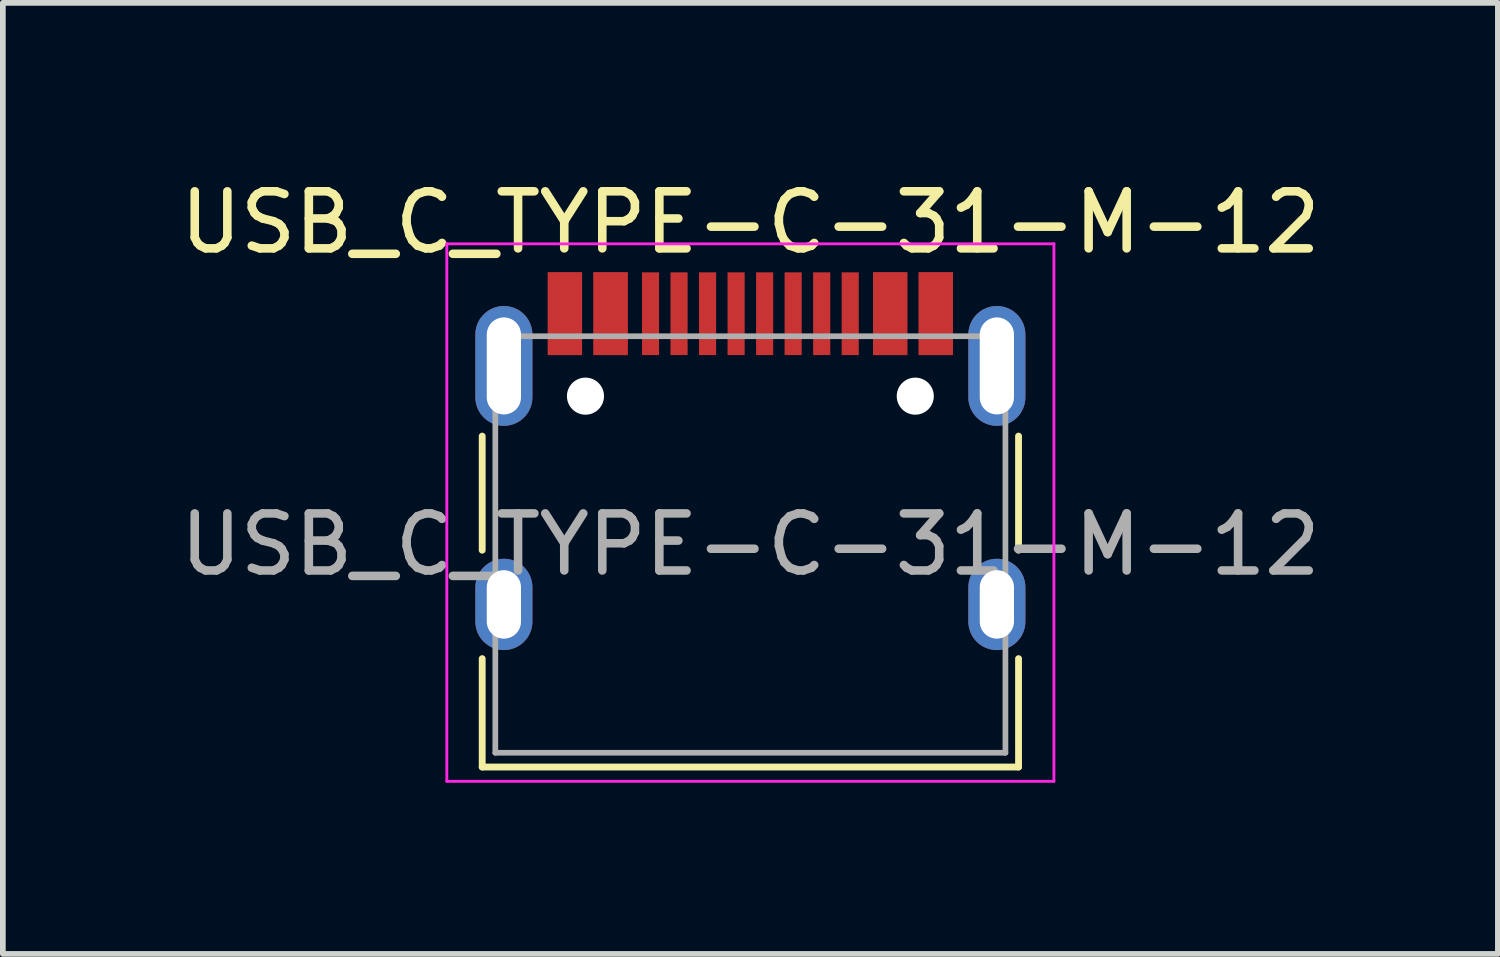
<source format=kicad_pcb>
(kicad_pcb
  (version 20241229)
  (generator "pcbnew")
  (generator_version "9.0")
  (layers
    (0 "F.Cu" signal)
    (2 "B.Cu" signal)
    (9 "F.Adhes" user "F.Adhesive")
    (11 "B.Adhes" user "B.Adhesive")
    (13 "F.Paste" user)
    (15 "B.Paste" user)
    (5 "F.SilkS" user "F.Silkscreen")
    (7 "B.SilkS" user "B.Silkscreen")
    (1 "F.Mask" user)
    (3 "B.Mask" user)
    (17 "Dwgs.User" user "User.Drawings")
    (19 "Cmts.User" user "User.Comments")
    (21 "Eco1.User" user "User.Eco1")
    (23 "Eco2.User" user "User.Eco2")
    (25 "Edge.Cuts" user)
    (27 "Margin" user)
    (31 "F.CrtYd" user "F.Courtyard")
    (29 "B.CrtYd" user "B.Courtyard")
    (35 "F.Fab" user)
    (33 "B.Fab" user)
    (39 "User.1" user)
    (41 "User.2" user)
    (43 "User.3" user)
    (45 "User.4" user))
  (footprint "USB_C_TYPE-C-31-M-12"
    (layer "F.Cu")
    (at 10.101 6.493)
    (property "Reference" "USB_C_TYPE-C-31-M-12" (at 0 -5.645 0) (layer "F.SilkS") (effects (font (size 1 1) (thickness 0.15))))
    (attr smd)
    (fp_line (start -4.7 -1.9) (end -4.7 0.1) (stroke (width 0.12) (type solid)) (layer "F.SilkS"))
    (fp_line (start -4.7 2) (end -4.7 3.9) (stroke (width 0.12) (type solid)) (layer "F.SilkS"))
    (fp_line (start -4.7 3.9) (end 4.7 3.9) (stroke (width 0.12) (type solid)) (layer "F.SilkS"))
    (fp_line (start 4.7 -1.9) (end 4.7 0.1) (stroke (width 0.12) (type solid)) (layer "F.SilkS"))
    (fp_line (start 4.7 2) (end 4.7 3.9) (stroke (width 0.12) (type solid)) (layer "F.SilkS"))
    (fp_line (start -5.32 -5.27) (end -5.32 4.15) (stroke (width 0.05) (type solid)) (layer "F.CrtYd"))
    (fp_line (start -5.32 -5.27) (end 5.32 -5.27) (stroke (width 0.05) (type solid)) (layer "F.CrtYd"))
    (fp_line (start -5.32 4.15) (end 5.32 4.15) (stroke (width 0.05) (type solid)) (layer "F.CrtYd"))
    (fp_line (start 5.32 -5.27) (end 5.32 4.15) (stroke (width 0.05) (type solid)) (layer "F.CrtYd"))
    (fp_line (start -4.47 -3.65) (end -4.47 3.65) (stroke (width 0.1) (type solid)) (layer "F.Fab"))
    (fp_line (start -4.47 -3.65) (end 4.47 -3.65) (stroke (width 0.1) (type solid)) (layer "F.Fab"))
    (fp_line (start -4.47 3.65) (end 4.47 3.65) (stroke (width 0.1) (type solid)) (layer "F.Fab"))
    (fp_line (start 4.47 -3.65) (end 4.47 3.65) (stroke (width 0.1) (type solid)) (layer "F.Fab"))
    (fp_text user "${REFERENCE}" (at 0 0 0) (layer "F.Fab") (effects (font (size 1 1) (thickness 0.15))))
    (pad "" np_thru_hole circle (at -2.89 -2.6) (size 0.65 0.65) (drill 0.65) (layers "*.Cu" "*.Mask"))
    (pad "" np_thru_hole circle (at 2.89 -2.6) (size 0.65 0.65) (drill 0.65) (layers "*.Cu" "*.Mask"))
    (pad "A1" smd rect (at -3.25 -4.045) (size 0.6 1.45) (layers "F.Cu" "F.Mask" "F.Paste"))
    (pad "A4" smd rect (at -2.45 -4.045) (size 0.6 1.45) (layers "F.Cu" "F.Mask" "F.Paste"))
    (pad "A5" smd rect (at -1.25 -4.045) (size 0.3 1.45) (layers "F.Cu" "F.Mask" "F.Paste"))
    (pad "A6" smd rect (at -0.25 -4.045) (size 0.3 1.45) (layers "F.Cu" "F.Mask" "F.Paste"))
    (pad "A7" smd rect (at 0.25 -4.045) (size 0.3 1.45) (layers "F.Cu" "F.Mask" "F.Paste"))
    (pad "A8" smd rect (at 1.25 -4.045) (size 0.3 1.45) (layers "F.Cu" "F.Mask" "F.Paste"))
    (pad "A9" smd rect (at 2.45 -4.045) (size 0.6 1.45) (layers "F.Cu" "F.Mask" "F.Paste"))
    (pad "A12" smd rect (at 3.25 -4.045) (size 0.6 1.45) (layers "F.Cu" "F.Mask" "F.Paste"))
    (pad "B1" smd rect (at 3.25 -4.045) (size 0.6 1.45) (layers "F.Cu" "F.Mask" "F.Paste"))
    (pad "B4" smd rect (at 2.45 -4.045) (size 0.6 1.45) (layers "F.Cu" "F.Mask" "F.Paste"))
    (pad "B5" smd rect (at 1.75 -4.045) (size 0.3 1.45) (layers "F.Cu" "F.Mask" "F.Paste"))
    (pad "B6" smd rect (at 0.75 -4.045) (size 0.3 1.45) (layers "F.Cu" "F.Mask" "F.Paste"))
    (pad "B7" smd rect (at -0.75 -4.045) (size 0.3 1.45) (layers "F.Cu" "F.Mask" "F.Paste"))
    (pad "B8" smd rect (at -1.75 -4.045) (size 0.3 1.45) (layers "F.Cu" "F.Mask" "F.Paste"))
    (pad "B9" smd rect (at -2.45 -4.045) (size 0.6 1.45) (layers "F.Cu" "F.Mask" "F.Paste"))
    (pad "B12" smd rect (at -3.25 -4.045) (size 0.6 1.45) (layers "F.Cu" "F.Mask" "F.Paste"))
    (pad "S1" thru_hole oval (at -4.32 -3.13) (size 1 2.1) (drill oval 0.6 1.7) (layers "*.Cu" "*.Mask"))
    (pad "S1" thru_hole oval (at -4.32 1.05) (size 1 1.6) (drill oval 0.6 1.2) (layers "*.Cu" "*.Mask"))
    (pad "S1" thru_hole oval (at 4.32 -3.13) (size 1 2.1) (drill oval 0.6 1.7) (layers "*.Cu" "*.Mask"))
    (pad "S1" thru_hole oval (at 4.32 1.05) (size 1 1.6) (drill oval 0.6 1.2) (layers "*.Cu" "*.Mask")))
  (gr_rect
    (start -3 -3)
    (end 23.202 13.668)
    (stroke (width 0.1) (type default))
    (fill no)
    (layer "Edge.Cuts")))
</source>
